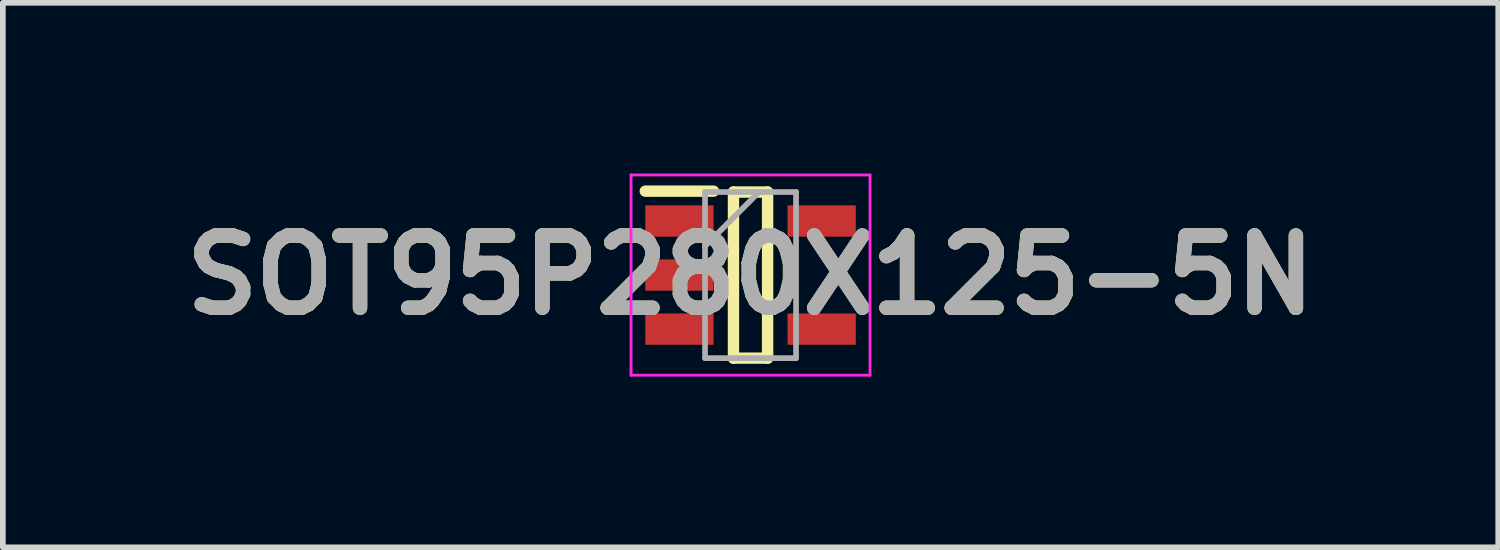
<source format=kicad_pcb>
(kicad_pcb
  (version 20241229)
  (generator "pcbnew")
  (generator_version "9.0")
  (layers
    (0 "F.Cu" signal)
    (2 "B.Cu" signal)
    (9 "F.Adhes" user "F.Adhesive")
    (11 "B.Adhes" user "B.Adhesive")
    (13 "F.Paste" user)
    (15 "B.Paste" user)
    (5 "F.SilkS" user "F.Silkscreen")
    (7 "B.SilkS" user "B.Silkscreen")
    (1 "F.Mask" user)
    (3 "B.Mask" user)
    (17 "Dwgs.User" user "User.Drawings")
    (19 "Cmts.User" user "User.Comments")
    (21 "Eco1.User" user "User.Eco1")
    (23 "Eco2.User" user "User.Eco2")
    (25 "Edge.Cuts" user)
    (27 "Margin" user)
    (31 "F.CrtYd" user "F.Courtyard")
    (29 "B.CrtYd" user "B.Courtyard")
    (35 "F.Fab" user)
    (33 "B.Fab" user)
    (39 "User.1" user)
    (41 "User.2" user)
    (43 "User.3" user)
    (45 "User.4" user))
  (footprint "SOT95P280X125-5N"
    (layer "F.Cu")
    (at 10.142 1.785)
    (property "Reference" "SOT95P280X125-5N" (at 0 0 0) (layer "F.SilkS") (effects (font (size 1.27 1.27) (thickness 0.254))))
    (attr smd)
    (fp_line (start -1.85 -1.475) (end -0.65 -1.475) (stroke (width 0.2) (type solid)) (layer "F.SilkS"))
    (fp_line (start -0.3 -1.46) (end 0.3 -1.46) (stroke (width 0.2) (type solid)) (layer "F.SilkS"))
    (fp_line (start -0.3 1.46) (end -0.3 -1.46) (stroke (width 0.2) (type solid)) (layer "F.SilkS"))
    (fp_line (start 0.3 -1.46) (end 0.3 1.46) (stroke (width 0.2) (type solid)) (layer "F.SilkS"))
    (fp_line (start 0.3 1.46) (end -0.3 1.46) (stroke (width 0.2) (type solid)) (layer "F.SilkS"))
    (fp_line (start -2.1 -1.76) (end 2.1 -1.76) (stroke (width 0.05) (type solid)) (layer "F.CrtYd"))
    (fp_line (start -2.1 1.76) (end -2.1 -1.76) (stroke (width 0.05) (type solid)) (layer "F.CrtYd"))
    (fp_line (start 2.1 -1.76) (end 2.1 1.76) (stroke (width 0.05) (type solid)) (layer "F.CrtYd"))
    (fp_line (start 2.1 1.76) (end -2.1 1.76) (stroke (width 0.05) (type solid)) (layer "F.CrtYd"))
    (fp_line (start -0.8 -1.46) (end 0.8 -1.46) (stroke (width 0.1) (type solid)) (layer "F.Fab"))
    (fp_line (start -0.8 -0.51) (end 0.15 -1.46) (stroke (width 0.1) (type solid)) (layer "F.Fab"))
    (fp_line (start -0.8 1.46) (end -0.8 -1.46) (stroke (width 0.1) (type solid)) (layer "F.Fab"))
    (fp_line (start 0.8 -1.46) (end 0.8 1.46) (stroke (width 0.1) (type solid)) (layer "F.Fab"))
    (fp_line (start 0.8 1.46) (end -0.8 1.46) (stroke (width 0.1) (type solid)) (layer "F.Fab"))
    (fp_text user "${REFERENCE}" (at 0 0 0) (layer "F.Fab") (effects (font (size 1.27 1.27) (thickness 0.254))))
    (pad "1" smd rect (at -1.25 -0.95 90) (size 0.55 1.2) (layers "F.Cu" "F.Mask" "F.Paste"))
    (pad "2" smd rect (at -1.25 0 90) (size 0.55 1.2) (layers "F.Cu" "F.Mask" "F.Paste"))
    (pad "3" smd rect (at -1.25 0.95 90) (size 0.55 1.2) (layers "F.Cu" "F.Mask" "F.Paste"))
    (pad "4" smd rect (at 1.25 0.95 90) (size 0.55 1.2) (layers "F.Cu" "F.Mask" "F.Paste"))
    (pad "5" smd rect (at 1.25 -0.95 90) (size 0.55 1.2) (layers "F.Cu" "F.Mask" "F.Paste")))
  (gr_rect
    (start -3 -3)
    (end 23.284 6.57)
    (stroke (width 0.1) (type default))
    (fill no)
    (layer "Edge.Cuts")))
</source>
